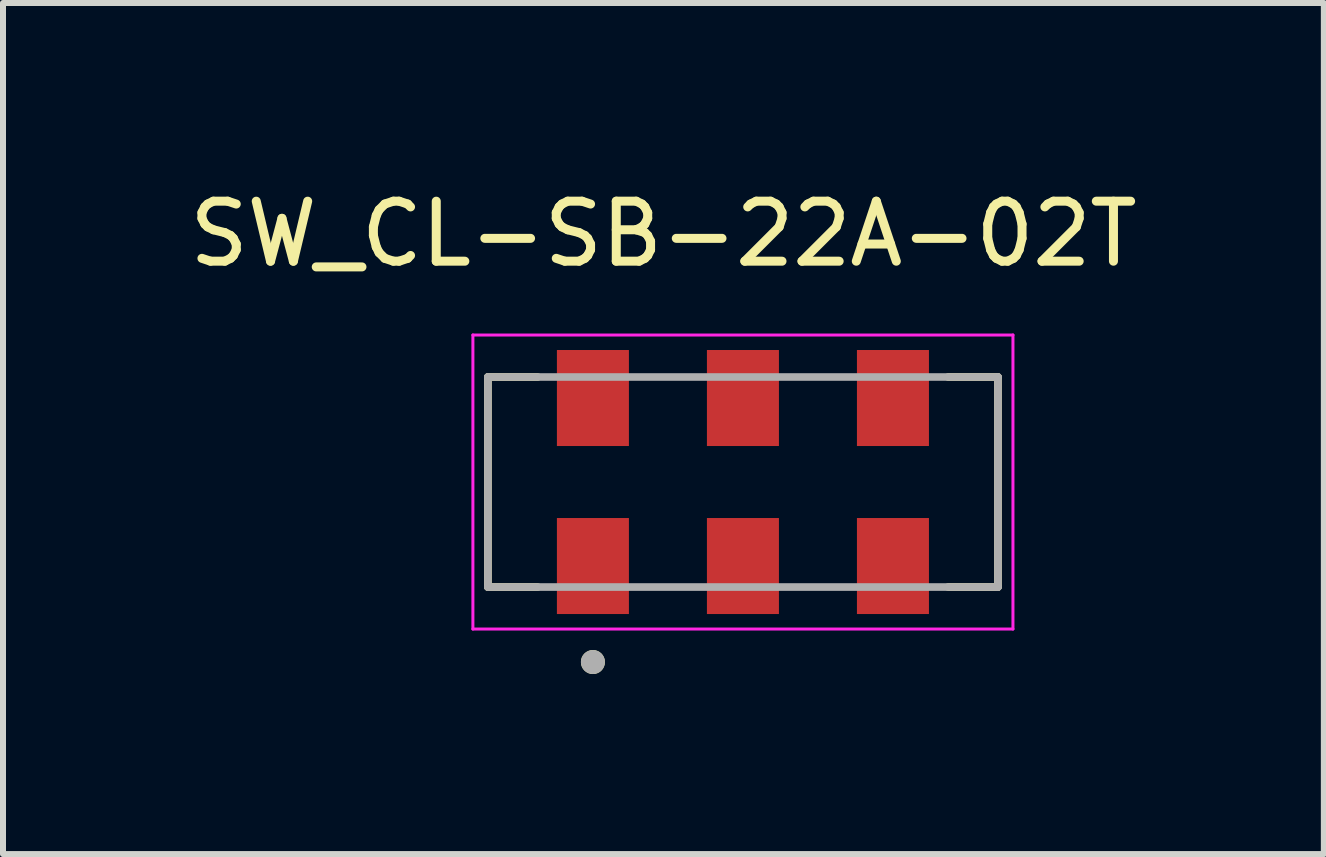
<source format=kicad_pcb>
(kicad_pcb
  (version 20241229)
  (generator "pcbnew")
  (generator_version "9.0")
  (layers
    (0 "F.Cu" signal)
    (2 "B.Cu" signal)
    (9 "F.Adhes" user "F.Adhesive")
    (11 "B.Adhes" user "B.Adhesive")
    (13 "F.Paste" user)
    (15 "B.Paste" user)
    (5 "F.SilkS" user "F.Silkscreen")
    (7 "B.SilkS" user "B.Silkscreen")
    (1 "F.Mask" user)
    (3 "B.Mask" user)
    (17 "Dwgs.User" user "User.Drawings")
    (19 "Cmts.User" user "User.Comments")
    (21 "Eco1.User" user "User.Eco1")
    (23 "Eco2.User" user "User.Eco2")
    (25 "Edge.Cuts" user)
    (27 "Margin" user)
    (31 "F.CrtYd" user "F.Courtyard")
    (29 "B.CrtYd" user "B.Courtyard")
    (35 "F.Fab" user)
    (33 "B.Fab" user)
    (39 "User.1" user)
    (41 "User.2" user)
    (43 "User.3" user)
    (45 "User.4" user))
  (footprint "SW_CL-SB-22A-02T"
    (layer "F.Cu")
    (at 9.331 4.983)
    (property "Reference" "SW_CL-SB-22A-02T" (at -1.325 -4.135 0) (layer "F.SilkS") (effects (font (size 1 1) (thickness 0.15))))
    (attr through_hole)
    (fp_line (start -4.25 -1.75) (end -3.42 -1.75) (stroke (width 0.127) (type solid)) (layer "F.SilkS"))
    (fp_line (start -4.25 1.75) (end -4.25 -1.75) (stroke (width 0.127) (type solid)) (layer "F.SilkS"))
    (fp_line (start -3.42 1.75) (end -4.25 1.75) (stroke (width 0.127) (type solid)) (layer "F.SilkS"))
    (fp_line (start 3.42 -1.75) (end 4.25 -1.75) (stroke (width 0.127) (type solid)) (layer "F.SilkS"))
    (fp_line (start 4.25 -1.75) (end 4.25 1.75) (stroke (width 0.127) (type solid)) (layer "F.SilkS"))
    (fp_line (start 4.25 1.75) (end 3.42 1.75) (stroke (width 0.127) (type solid)) (layer "F.SilkS"))
    (fp_circle (center -2.5 3) (end -2.4 3) (stroke (width 0.2) (type solid)) (fill no) (layer "F.SilkS"))
    (fp_line (start -4.5 -2.45) (end -4.5 2.45) (stroke (width 0.05) (type solid)) (layer "F.CrtYd"))
    (fp_line (start -4.5 2.45) (end 4.5 2.45) (stroke (width 0.05) (type solid)) (layer "F.CrtYd"))
    (fp_line (start 4.5 -2.45) (end -4.5 -2.45) (stroke (width 0.05) (type solid)) (layer "F.CrtYd"))
    (fp_line (start 4.5 2.45) (end 4.5 -2.45) (stroke (width 0.05) (type solid)) (layer "F.CrtYd"))
    (fp_line (start -4.25 -1.75) (end 4.25 -1.75) (stroke (width 0.127) (type solid)) (layer "F.Fab"))
    (fp_line (start -4.25 1.75) (end -4.25 -1.75) (stroke (width 0.127) (type solid)) (layer "F.Fab"))
    (fp_line (start 4.25 -1.75) (end 4.25 1.75) (stroke (width 0.127) (type solid)) (layer "F.Fab"))
    (fp_line (start 4.25 1.75) (end -4.25 1.75) (stroke (width 0.127) (type solid)) (layer "F.Fab"))
    (fp_circle (center -2.5 3) (end -2.4 3) (stroke (width 0.2) (type solid)) (fill no) (layer "F.Fab"))
    (pad "1" smd rect (at -2.5 1.4) (size 1.2 1.6) (layers "F.Cu" "F.Mask" "F.Paste"))
    (pad "2" smd rect (at 0 1.4) (size 1.2 1.6) (layers "F.Cu" "F.Mask" "F.Paste"))
    (pad "3" smd rect (at 2.5 1.4) (size 1.2 1.6) (layers "F.Cu" "F.Mask" "F.Paste"))
    (pad "4" smd rect (at -2.5 -1.4) (size 1.2 1.6) (layers "F.Cu" "F.Mask" "F.Paste"))
    (pad "5" smd rect (at 0 -1.4) (size 1.2 1.6) (layers "F.Cu" "F.Mask" "F.Paste"))
    (pad "6" smd rect (at 2.5 -1.4) (size 1.2 1.6) (layers "F.Cu" "F.Mask" "F.Paste")))
  (gr_rect
    (start -3 -3)
    (end 19.012 11.183)
    (stroke (width 0.1) (type default))
    (fill no)
    (layer "Edge.Cuts")))
</source>
